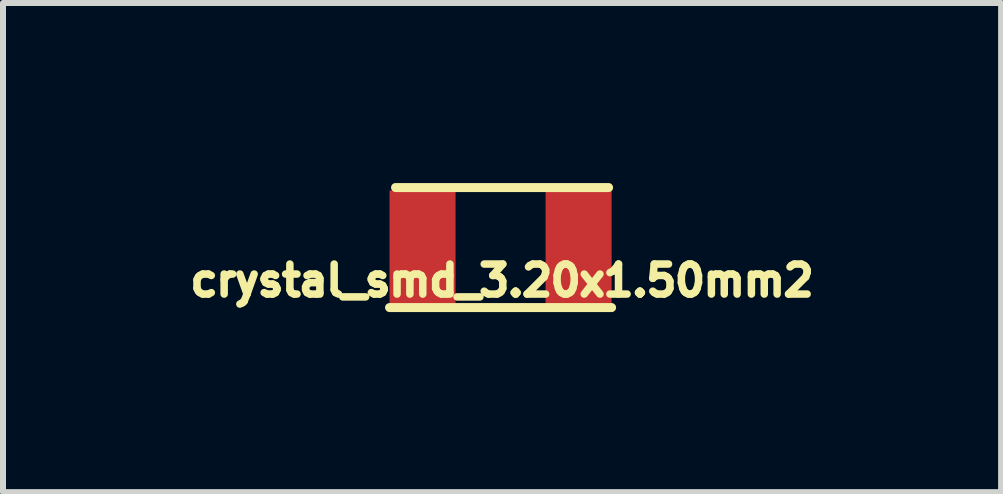
<source format=kicad_pcb>
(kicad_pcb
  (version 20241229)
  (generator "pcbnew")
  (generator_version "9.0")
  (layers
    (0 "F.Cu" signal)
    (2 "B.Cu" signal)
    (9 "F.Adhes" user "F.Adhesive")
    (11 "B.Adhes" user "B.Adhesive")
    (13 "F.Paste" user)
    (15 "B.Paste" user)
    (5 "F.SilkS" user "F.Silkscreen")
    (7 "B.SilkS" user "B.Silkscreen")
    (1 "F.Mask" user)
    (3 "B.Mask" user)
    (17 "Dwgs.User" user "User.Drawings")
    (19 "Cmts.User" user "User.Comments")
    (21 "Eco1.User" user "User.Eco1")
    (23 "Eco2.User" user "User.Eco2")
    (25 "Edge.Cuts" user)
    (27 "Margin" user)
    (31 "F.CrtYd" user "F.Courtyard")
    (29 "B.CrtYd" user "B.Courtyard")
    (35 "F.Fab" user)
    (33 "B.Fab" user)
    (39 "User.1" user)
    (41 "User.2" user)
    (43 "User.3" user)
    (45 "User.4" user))
  (footprint "crystal_smd_3.20x1.50mm2"
    (layer "F.Cu")
    (at 5.291 1.075)
    (property "Reference" "crystal_smd_3.20x1.50mm2" (at 0.025 0.55 0) (layer "F.SilkS") (effects (font (size 0.5 0.5) (thickness 0.125))))
    (attr through_hole)
    (fp_line (start -1.85 1) (end 1.85 1) (stroke (width 0.15) (type solid)) (layer "F.SilkS"))
    (fp_line (start -1.75 -1) (end 1.8 -1) (stroke (width 0.15) (type solid)) (layer "F.SilkS"))
    (pad "1" smd rect (at -1.3 0) (size 1.1 1.9) (layers "F.Cu" "F.Mask" "F.Paste"))
    (pad "2" smd rect (at 1.3 0) (size 1.1 1.9) (layers "F.Cu" "F.Mask" "F.Paste")))
  (gr_rect
    (start -3 -3)
    (end 13.632 5.15)
    (stroke (width 0.1) (type default))
    (fill no)
    (layer "Edge.Cuts")))
</source>
